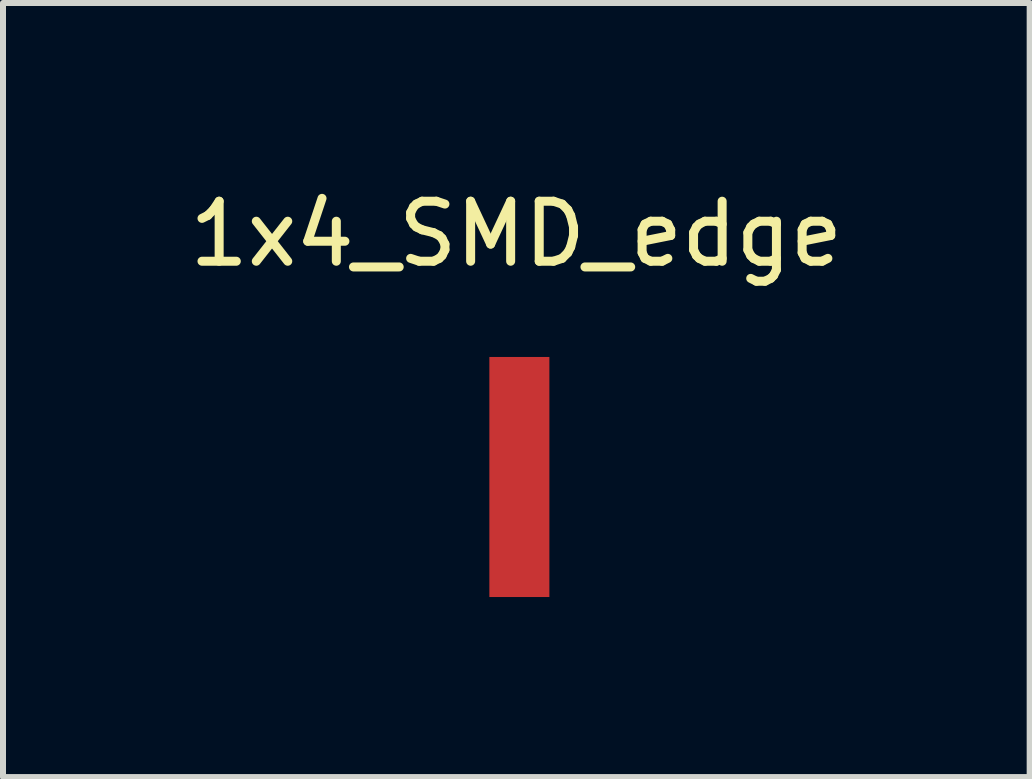
<source format=kicad_pcb>
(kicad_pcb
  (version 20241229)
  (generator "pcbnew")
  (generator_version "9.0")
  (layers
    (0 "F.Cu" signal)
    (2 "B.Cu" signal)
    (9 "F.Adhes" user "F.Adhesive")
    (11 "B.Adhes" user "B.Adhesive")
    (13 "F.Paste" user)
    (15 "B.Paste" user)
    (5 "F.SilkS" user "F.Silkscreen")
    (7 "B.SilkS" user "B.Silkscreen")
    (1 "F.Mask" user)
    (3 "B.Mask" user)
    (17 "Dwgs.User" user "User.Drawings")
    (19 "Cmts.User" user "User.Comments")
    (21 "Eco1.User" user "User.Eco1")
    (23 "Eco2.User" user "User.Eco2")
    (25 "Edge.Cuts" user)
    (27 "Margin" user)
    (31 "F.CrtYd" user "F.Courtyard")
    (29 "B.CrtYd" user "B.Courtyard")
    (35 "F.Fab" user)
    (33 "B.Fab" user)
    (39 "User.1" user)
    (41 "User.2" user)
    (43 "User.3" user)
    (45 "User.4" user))
  (footprint "1x4_SMD_edge"
    (layer "F.Cu")
    (at 5.604 4.898)
    (property "Reference" "1x4_SMD_edge" (at -0.05 -4.05 0) (unlocked yes) (layer "F.SilkS") (effects (font (size 1 1) (thickness 0.15))))
    (attr smd)
    (pad "1" smd rect (at 0 0) (size 1 4) (layers "F.Cu" "F.Mask" "F.Paste")))
  (gr_rect
    (start -3 -3)
    (end 14.107 9.898)
    (stroke (width 0.1) (type default))
    (fill no)
    (layer "Edge.Cuts")))
</source>
